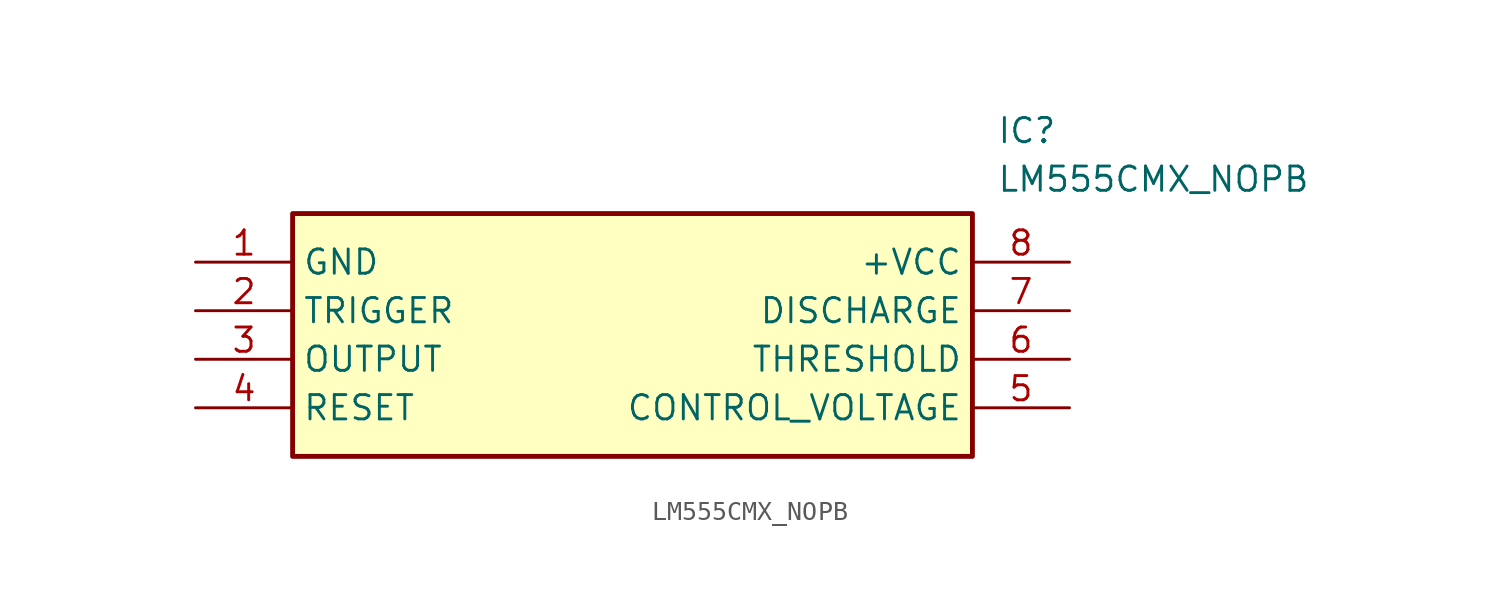
<source format=kicad_sym>
(kicad_symbol_lib
  (version 20211014)
  (generator SamacSys_ECAD_Model)
  (symbol "LM555CMX_NOPB"
    (property "Reference" "IC"
      (at 41.91 7.62 0)
      (effects (font (size 1.27 1.27)) (justify left top)))
    (property "Value" "LM555CMX_NOPB"
      (at 41.91 5.08 0)
      (effects (font (size 1.27 1.27)) (justify left top)))
    (rectangle
      (start 5.08 2.54)
      (end 40.64 -10.16)
      (stroke (width 0.254) (type default))
      (fill (type background)))
    (pin passive line
      (at 0 0 0)
      (length 5.08)
      (name "GND" (effects (font (size 1.27 1.27))))
      (number "1" (effects (font (size 1.27 1.27)))))
    (pin passive line
      (at 0 -2.54 0)
      (length 5.08)
      (name "TRIGGER" (effects (font (size 1.27 1.27))))
      (number "2" (effects (font (size 1.27 1.27)))))
    (pin passive line
      (at 0 -5.08 0)
      (length 5.08)
      (name "OUTPUT" (effects (font (size 1.27 1.27))))
      (number "3" (effects (font (size 1.27 1.27)))))
    (pin passive line
      (at 0 -7.62 0)
      (length 5.08)
      (name "RESET" (effects (font (size 1.27 1.27))))
      (number "4" (effects (font (size 1.27 1.27)))))
    (pin passive line
      (at 45.72 0 180)
      (length 5.08)
      (name "+VCC" (effects (font (size 1.27 1.27))))
      (number "8" (effects (font (size 1.27 1.27)))))
    (pin passive line
      (at 45.72 -2.54 180)
      (length 5.08)
      (name "DISCHARGE" (effects (font (size 1.27 1.27))))
      (number "7" (effects (font (size 1.27 1.27)))))
    (pin passive line
      (at 45.72 -5.08 180)
      (length 5.08)
      (name "THRESHOLD" (effects (font (size 1.27 1.27))))
      (number "6" (effects (font (size 1.27 1.27)))))
    (pin passive line
      (at 45.72 -7.62 180)
      (length 5.08)
      (name "CONTROL_VOLTAGE" (effects (font (size 1.27 1.27))))
      (number "5" (effects (font (size 1.27 1.27)))))))
</source>
